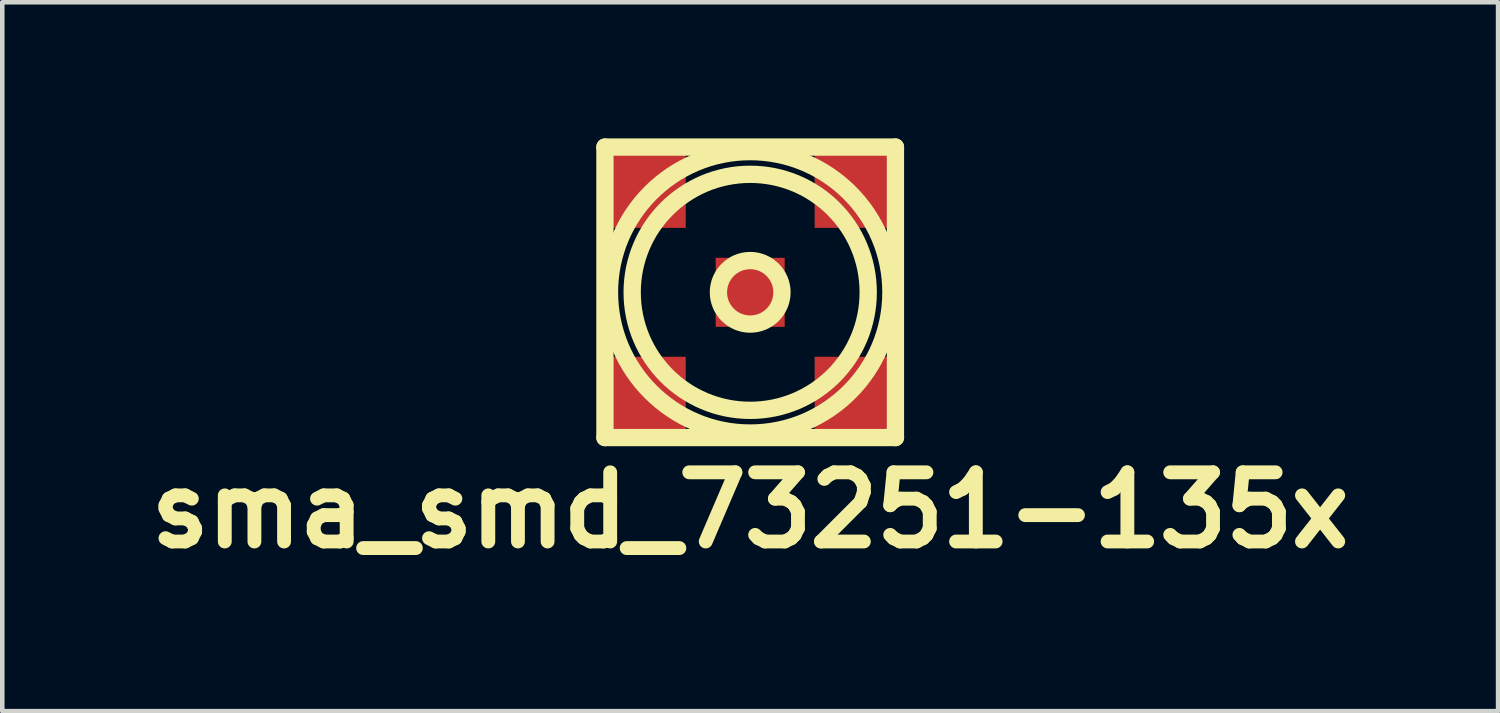
<source format=kicad_pcb>
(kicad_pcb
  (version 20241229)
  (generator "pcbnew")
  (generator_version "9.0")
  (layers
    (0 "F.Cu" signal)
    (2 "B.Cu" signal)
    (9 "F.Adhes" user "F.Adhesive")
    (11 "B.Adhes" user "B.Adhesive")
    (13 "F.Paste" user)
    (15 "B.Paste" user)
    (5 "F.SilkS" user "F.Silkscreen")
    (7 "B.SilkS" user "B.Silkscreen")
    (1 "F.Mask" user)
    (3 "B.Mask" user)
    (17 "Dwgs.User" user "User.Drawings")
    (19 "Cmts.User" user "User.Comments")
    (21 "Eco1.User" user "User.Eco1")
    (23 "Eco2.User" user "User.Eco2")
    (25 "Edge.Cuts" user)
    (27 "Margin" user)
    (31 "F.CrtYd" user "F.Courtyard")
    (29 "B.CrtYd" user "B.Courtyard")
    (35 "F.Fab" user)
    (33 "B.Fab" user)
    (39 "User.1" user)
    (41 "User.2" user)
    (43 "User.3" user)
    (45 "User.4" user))
  (footprint "sma_smd_73251-135x"
    (layer "F.Cu")
    (at 13.477 3.39)
    (property "Reference" "sma_smd_73251-135x" (at 0 4.8 0) (layer "F.SilkS") (effects (font (size 1.524 1.524) (thickness 0.305))))
    (attr through_hole)
    (fp_line (start -3.2 -3.2) (end -3.2 3.2) (stroke (width 0.381) (type solid)) (layer "F.SilkS"))
    (fp_line (start -3.2 -3.2) (end 3.2 -3.2) (stroke (width 0.381) (type solid)) (layer "F.SilkS"))
    (fp_line (start 3.2 -3.2) (end 3.2 3.2) (stroke (width 0.381) (type solid)) (layer "F.SilkS"))
    (fp_line (start 3.2 3.2) (end -3.2 3.2) (stroke (width 0.381) (type solid)) (layer "F.SilkS"))
    (fp_circle (center 0 0) (end -3.1 0) (stroke (width 0.381) (type solid)) (fill no) (layer "F.SilkS"))
    (fp_circle (center 0 0) (end -2.6 0) (stroke (width 0.381) (type solid)) (fill no) (layer "F.SilkS"))
    (fp_circle (center 0 0) (end -0.7 0) (stroke (width 0.381) (type solid)) (fill no) (layer "F.SilkS"))
    (pad "1" smd rect (at 0 0) (size 1.52 1.52) (layers "F.Cu" "F.Mask" "F.Paste"))
    (pad "2" smd rect (at -2.375 -2.375) (size 1.91 1.91) (layers "F.Cu" "F.Mask" "F.Paste"))
    (pad "2" smd rect (at -2.375 2.375) (size 1.91 1.91) (layers "F.Cu" "F.Mask" "F.Paste"))
    (pad "2" smd rect (at 2.375 -2.375) (size 1.91 1.91) (layers "F.Cu" "F.Mask" "F.Paste"))
    (pad "2" smd rect (at 2.375 2.375) (size 1.91 1.91) (layers "F.Cu" "F.Mask" "F.Paste")))
  (gr_rect
    (start -3 -3)
    (end 29.953 12.617)
    (stroke (width 0.1) (type default))
    (fill no)
    (layer "Edge.Cuts")))
</source>
